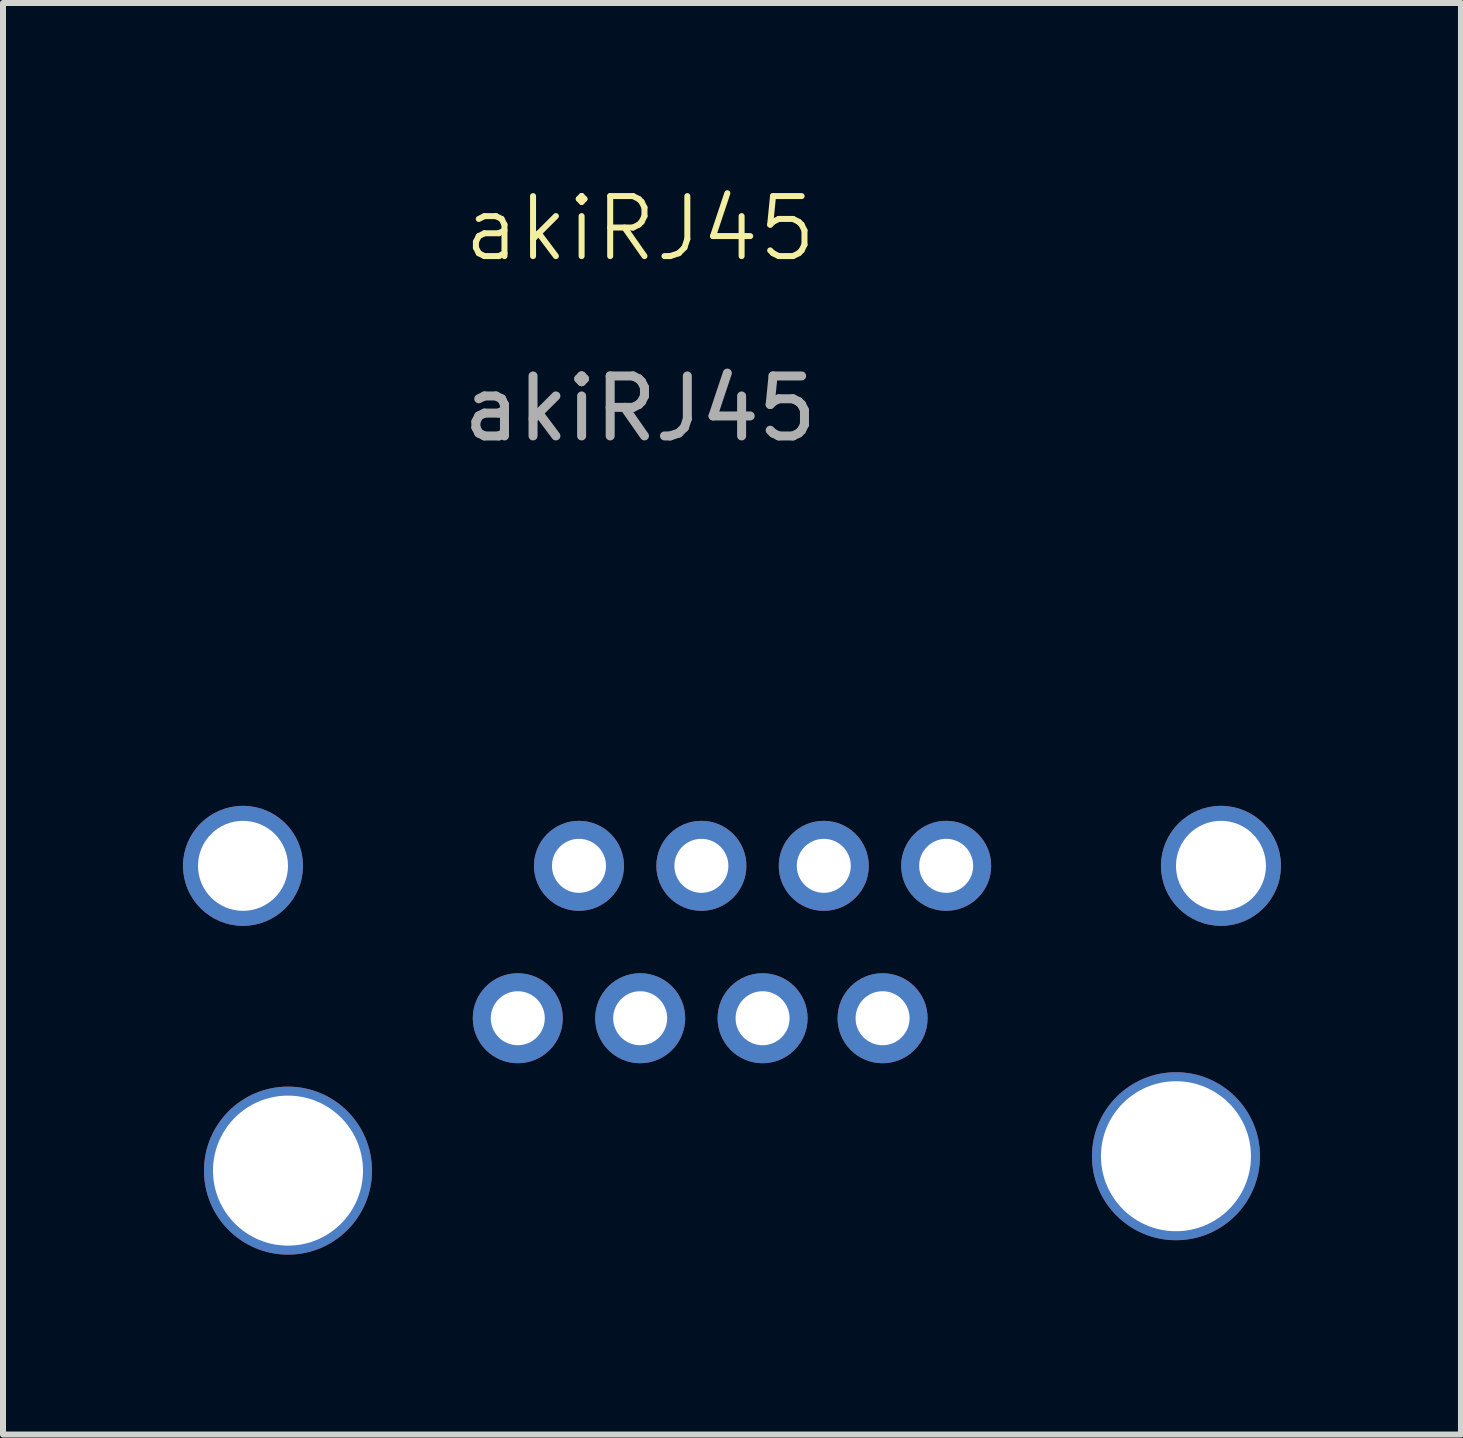
<source format=kicad_pcb>
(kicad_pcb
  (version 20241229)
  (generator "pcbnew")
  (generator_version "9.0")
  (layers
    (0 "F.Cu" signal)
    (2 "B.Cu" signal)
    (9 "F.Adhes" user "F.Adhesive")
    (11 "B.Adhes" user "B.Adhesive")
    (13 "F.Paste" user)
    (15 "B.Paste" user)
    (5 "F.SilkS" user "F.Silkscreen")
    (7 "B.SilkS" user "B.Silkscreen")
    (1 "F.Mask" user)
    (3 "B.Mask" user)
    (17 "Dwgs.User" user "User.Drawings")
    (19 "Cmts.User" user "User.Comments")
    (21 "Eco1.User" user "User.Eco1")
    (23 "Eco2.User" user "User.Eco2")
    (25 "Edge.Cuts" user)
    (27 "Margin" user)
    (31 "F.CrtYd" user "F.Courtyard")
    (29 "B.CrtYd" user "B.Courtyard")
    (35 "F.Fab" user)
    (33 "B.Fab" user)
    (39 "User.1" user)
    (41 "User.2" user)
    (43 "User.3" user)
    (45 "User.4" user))
  (footprint "akiRJ45"
    (layer "F.Cu")
    (at 7.62 13.921)
    (property "Reference" "akiRJ45" (at 0 -13.16 0) (unlocked yes) (layer "F.SilkS") (effects (font (size 1 1) (thickness 0.1))))
    (attr smd)
    (fp_text user "${REFERENCE}" (at 0 -10.16 0) (unlocked yes) (layer "F.Fab") (effects (font (size 1 1) (thickness 0.15))))
    (pad "1" thru_hole circle (at -1.02 -2.54) (size 1.5 1.5) (drill 0.9) (layers "*.Cu" "*.Mask"))
    (pad "2" thru_hole circle (at -2.04 0) (size 1.5 1.5) (drill 0.9) (layers "*.Cu" "*.Mask"))
    (pad "2" thru_hole circle (at 0 0) (size 1.5 1.5) (drill 0.9) (layers "*.Cu" "*.Mask"))
    (pad "2" thru_hole circle (at 1.02 -2.54) (size 1.5 1.5) (drill 0.9) (layers "*.Cu" "*.Mask"))
    (pad "2" thru_hole circle (at 2.04 0) (size 1.5 1.5) (drill 0.9) (layers "*.Cu" "*.Mask"))
    (pad "2" thru_hole circle (at 3.06 -2.54) (size 1.5 1.5) (drill 0.9) (layers "*.Cu" "*.Mask"))
    (pad "2" thru_hole circle (at 4.04 0) (size 1.5 1.5) (drill 0.9) (layers "*.Cu" "*.Mask"))
    (pad "2" thru_hole circle (at 5.1 -2.54) (size 1.5 1.5) (drill 0.9) (layers "*.Cu" "*.Mask"))
    (pad "6" thru_hole circle (at -5.87 2.54) (size 2.8 2.8) (drill 2.5) (layers "*.Cu" "*.Mask"))
    (pad "6" thru_hole circle (at 8.93 2.3) (size 2.8 2.8) (drill 2.5) (layers "*.Cu" "*.Mask"))
    (pad "7" thru_hole circle (at -6.62 -2.54) (size 2 2) (drill 1.5) (layers "*.Cu" "*.Mask"))
    (pad "7" thru_hole circle (at 9.68 -2.54) (size 2 2) (drill 1.5) (layers "*.Cu" "*.Mask")))
  (gr_rect
    (start -3 -3)
    (end 21.3 20.86)
    (stroke (width 0.1) (type default))
    (fill no)
    (layer "Edge.Cuts")))
</source>
